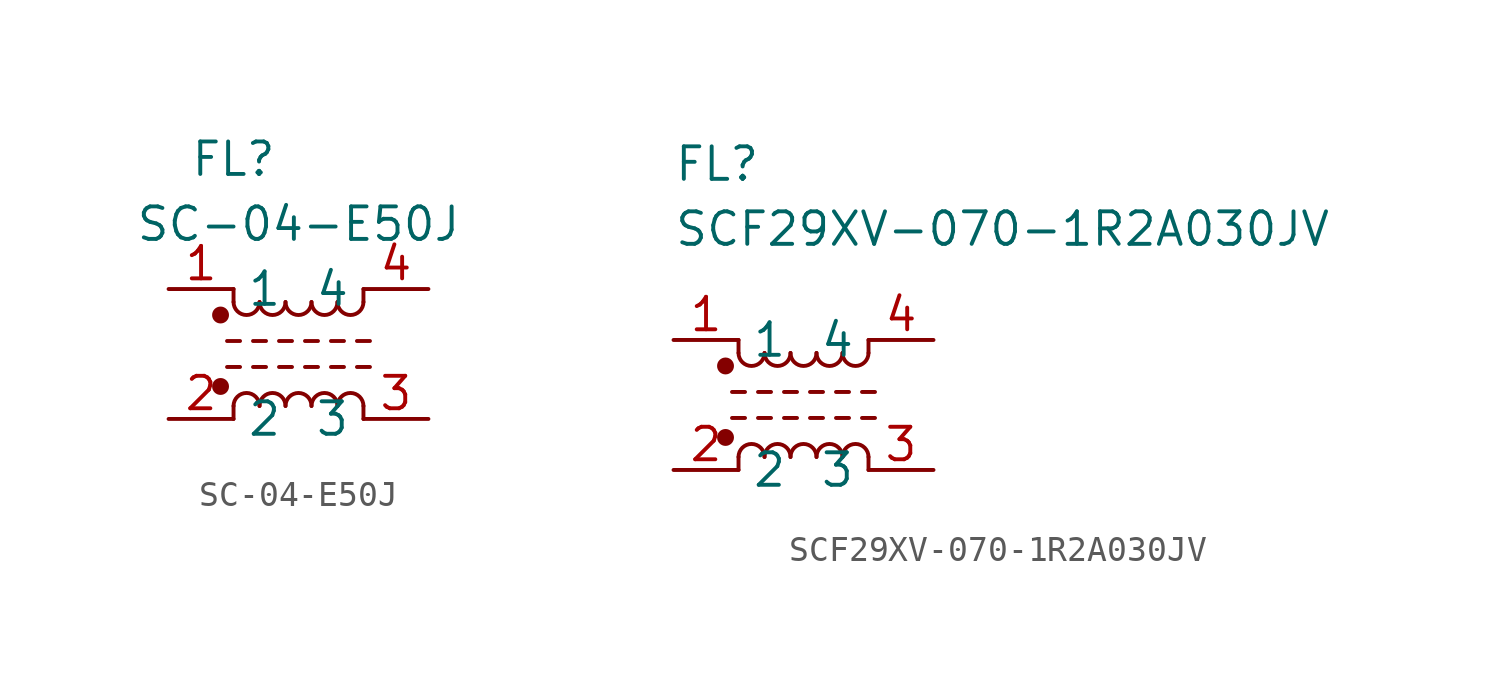
<source format=kicad_sym>
(kicad_symbol_lib
  (version 20220914)
  (generator kicad_symbol_editor)
  (symbol "SC-04-E50J"
    (property "Reference" "FL"
      (at -2.54 7.62 0)
      (effects (font (size 1.27 1.27))))
    (property "Value" "SC-04-E50J"
      (at 0 5.08 0)
      (effects (font (size 1.27 1.27))))
    (symbol "SC-04-E50J_0_1"
      (circle (center -3.048 -1.27) (radius 0.254) (stroke (width 0) (type default)) (fill (type outline)))
      (circle (center -3.048 1.524) (radius 0.254) (stroke (width 0) (type default)) (fill (type outline)))
      (arc (start -2.54 2.032) (mid -2.032 1.5262) (end -1.524 2.032) (stroke (width 0) (type default)) (fill (type none)))
      (arc (start -1.524 -2.032) (mid -2.032 -1.5262) (end -2.54 -2.032) (stroke (width 0) (type default)) (fill (type none)))
      (arc (start -1.524 2.032) (mid -1.016 1.5262) (end -0.508 2.032) (stroke (width 0) (type default)) (fill (type none)))
      (arc (start -0.508 -2.032) (mid -1.016 -1.5262) (end -1.524 -2.032) (stroke (width 0) (type default)) (fill (type none)))
      (arc (start -0.508 2.032) (mid 0 1.5262) (end 0.508 2.032) (stroke (width 0) (type default)) (fill (type none)))
      (polyline (pts (xy -2.794 -0.508) (xy -2.286 -0.508)) (stroke (width 0) (type default)) (fill (type none)))
      (polyline (pts (xy -2.794 0.508) (xy -2.286 0.508)) (stroke (width 0) (type default)) (fill (type none)))
      (polyline (pts (xy -2.54 -2.032) (xy -2.54 -2.54)) (stroke (width 0) (type default)) (fill (type none)))
      (polyline (pts (xy -2.54 2.032) (xy -2.54 2.54)) (stroke (width 0) (type default)) (fill (type none)))
      (polyline (pts (xy -1.778 -0.508) (xy -1.27 -0.508)) (stroke (width 0) (type default)) (fill (type none)))
      (polyline (pts (xy -1.778 0.508) (xy -1.27 0.508)) (stroke (width 0) (type default)) (fill (type none)))
      (polyline (pts (xy -0.762 -0.508) (xy -0.254 -0.508)) (stroke (width 0) (type default)) (fill (type none)))
      (polyline (pts (xy -0.762 0.508) (xy -0.254 0.508)) (stroke (width 0) (type default)) (fill (type none)))
      (polyline (pts (xy 0.254 -0.508) (xy 0.762 -0.508)) (stroke (width 0) (type default)) (fill (type none)))
      (polyline (pts (xy 0.254 0.508) (xy 0.762 0.508)) (stroke (width 0) (type default)) (fill (type none)))
      (polyline (pts (xy 1.27 -0.508) (xy 1.778 -0.508)) (stroke (width 0) (type default)) (fill (type none)))
      (polyline (pts (xy 1.27 0.508) (xy 1.778 0.508)) (stroke (width 0) (type default)) (fill (type none)))
      (polyline (pts (xy 2.286 -0.508) (xy 2.794 -0.508)) (stroke (width 0) (type default)) (fill (type none)))
      (polyline (pts (xy 2.286 0.508) (xy 2.794 0.508)) (stroke (width 0) (type default)) (fill (type none)))
      (polyline (pts (xy 2.54 -2.032) (xy 2.54 -2.54)) (stroke (width 0) (type default)) (fill (type none)))
      (polyline (pts (xy 2.54 2.54) (xy 2.54 2.032)) (stroke (width 0) (type default)) (fill (type none)))
      (arc (start 0.508 -2.032) (mid 0 -1.5262) (end -0.508 -2.032) (stroke (width 0) (type default)) (fill (type none)))
      (arc (start 0.508 2.032) (mid 1.016 1.5262) (end 1.524 2.032) (stroke (width 0) (type default)) (fill (type none)))
      (arc (start 1.524 -2.032) (mid 1.016 -1.5262) (end 0.508 -2.032) (stroke (width 0) (type default)) (fill (type none)))
      (arc (start 1.524 2.032) (mid 2.032 1.5262) (end 2.54 2.032) (stroke (width 0) (type default)) (fill (type none)))
      (arc (start 2.54 -2.032) (mid 2.032 -1.5262) (end 1.524 -2.032) (stroke (width 0) (type default)) (fill (type none))))
    (symbol "SC-04-E50J_1_1"
      (pin passive line (at -5.08 2.54 0) (length 2.54) (name "1" (effects (font (size 1.27 1.27)))) (number "1" (effects (font (size 1.27 1.27)))))
      (pin passive line (at -5.08 -2.54 0) (length 2.54) (name "2" (effects (font (size 1.27 1.27)))) (number "2" (effects (font (size 1.27 1.27)))))
      (pin passive line (at 5.08 -2.54 180) (length 2.54) (name "3" (effects (font (size 1.27 1.27)))) (number "3" (effects (font (size 1.27 1.27)))))
      (pin passive line (at 5.08 2.54 180) (length 2.54) (name "4" (effects (font (size 1.27 1.27)))) (number "4" (effects (font (size 1.27 1.27)))))))
  (symbol "SCF29XV-070-1R2A030JV"
    (property "Reference" "FL"
      (at -5.08 10.16 0)
      (effects (font (size 1.27 1.27)) (justify left top)))
    (property "Value" "SCF29XV-070-1R2A030JV"
      (at -5.08 7.62 0)
      (effects (font (size 1.27 1.27)) (justify left top)))
    (symbol "SCF29XV-070-1R2A030JV_0_1"
      (circle (center -3.048 -1.27) (radius 0.254) (stroke (width 0) (type default)) (fill (type outline)))
      (circle (center -3.048 1.524) (radius 0.254) (stroke (width 0) (type default)) (fill (type outline)))
      (arc (start -2.54 2.032) (mid -2.032 1.5262) (end -1.524 2.032) (stroke (width 0) (type default)) (fill (type none)))
      (arc (start -1.524 -2.032) (mid -2.032 -1.5262) (end -2.54 -2.032) (stroke (width 0) (type default)) (fill (type none)))
      (arc (start -1.524 2.032) (mid -1.016 1.5262) (end -0.508 2.032) (stroke (width 0) (type default)) (fill (type none)))
      (arc (start -0.508 -2.032) (mid -1.016 -1.5262) (end -1.524 -2.032) (stroke (width 0) (type default)) (fill (type none)))
      (arc (start -0.508 2.032) (mid 0 1.5262) (end 0.508 2.032) (stroke (width 0) (type default)) (fill (type none)))
      (polyline (pts (xy -2.794 -0.508) (xy -2.286 -0.508)) (stroke (width 0) (type default)) (fill (type none)))
      (polyline (pts (xy -2.794 0.508) (xy -2.286 0.508)) (stroke (width 0) (type default)) (fill (type none)))
      (polyline (pts (xy -2.54 -2.032) (xy -2.54 -2.54)) (stroke (width 0) (type default)) (fill (type none)))
      (polyline (pts (xy -2.54 2.032) (xy -2.54 2.54)) (stroke (width 0) (type default)) (fill (type none)))
      (polyline (pts (xy -1.778 -0.508) (xy -1.27 -0.508)) (stroke (width 0) (type default)) (fill (type none)))
      (polyline (pts (xy -1.778 0.508) (xy -1.27 0.508)) (stroke (width 0) (type default)) (fill (type none)))
      (polyline (pts (xy -0.762 -0.508) (xy -0.254 -0.508)) (stroke (width 0) (type default)) (fill (type none)))
      (polyline (pts (xy -0.762 0.508) (xy -0.254 0.508)) (stroke (width 0) (type default)) (fill (type none)))
      (polyline (pts (xy 0.254 -0.508) (xy 0.762 -0.508)) (stroke (width 0) (type default)) (fill (type none)))
      (polyline (pts (xy 0.254 0.508) (xy 0.762 0.508)) (stroke (width 0) (type default)) (fill (type none)))
      (polyline (pts (xy 1.27 -0.508) (xy 1.778 -0.508)) (stroke (width 0) (type default)) (fill (type none)))
      (polyline (pts (xy 1.27 0.508) (xy 1.778 0.508)) (stroke (width 0) (type default)) (fill (type none)))
      (polyline (pts (xy 2.286 -0.508) (xy 2.794 -0.508)) (stroke (width 0) (type default)) (fill (type none)))
      (polyline (pts (xy 2.286 0.508) (xy 2.794 0.508)) (stroke (width 0) (type default)) (fill (type none)))
      (polyline (pts (xy 2.54 -2.032) (xy 2.54 -2.54)) (stroke (width 0) (type default)) (fill (type none)))
      (polyline (pts (xy 2.54 2.54) (xy 2.54 2.032)) (stroke (width 0) (type default)) (fill (type none)))
      (arc (start 0.508 -2.032) (mid 0 -1.5262) (end -0.508 -2.032) (stroke (width 0) (type default)) (fill (type none)))
      (arc (start 0.508 2.032) (mid 1.016 1.5262) (end 1.524 2.032) (stroke (width 0) (type default)) (fill (type none)))
      (arc (start 1.524 -2.032) (mid 1.016 -1.5262) (end 0.508 -2.032) (stroke (width 0) (type default)) (fill (type none)))
      (arc (start 1.524 2.032) (mid 2.032 1.5262) (end 2.54 2.032) (stroke (width 0) (type default)) (fill (type none)))
      (arc (start 2.54 -2.032) (mid 2.032 -1.5262) (end 1.524 -2.032) (stroke (width 0) (type default)) (fill (type none))))
    (symbol "SCF29XV-070-1R2A030JV_1_1"
      (pin passive line (at -5.08 2.54 0) (length 2.54) (name "1" (effects (font (size 1.27 1.27)))) (number "1" (effects (font (size 1.27 1.27)))))
      (pin passive line (at -5.08 -2.54 0) (length 2.54) (name "2" (effects (font (size 1.27 1.27)))) (number "2" (effects (font (size 1.27 1.27)))))
      (pin passive line (at 5.08 -2.54 180) (length 2.54) (name "3" (effects (font (size 1.27 1.27)))) (number "3" (effects (font (size 1.27 1.27)))))
      (pin passive line (at 5.08 2.54 180) (length 2.54) (name "4" (effects (font (size 1.27 1.27)))) (number "4" (effects (font (size 1.27 1.27))))))))
</source>
